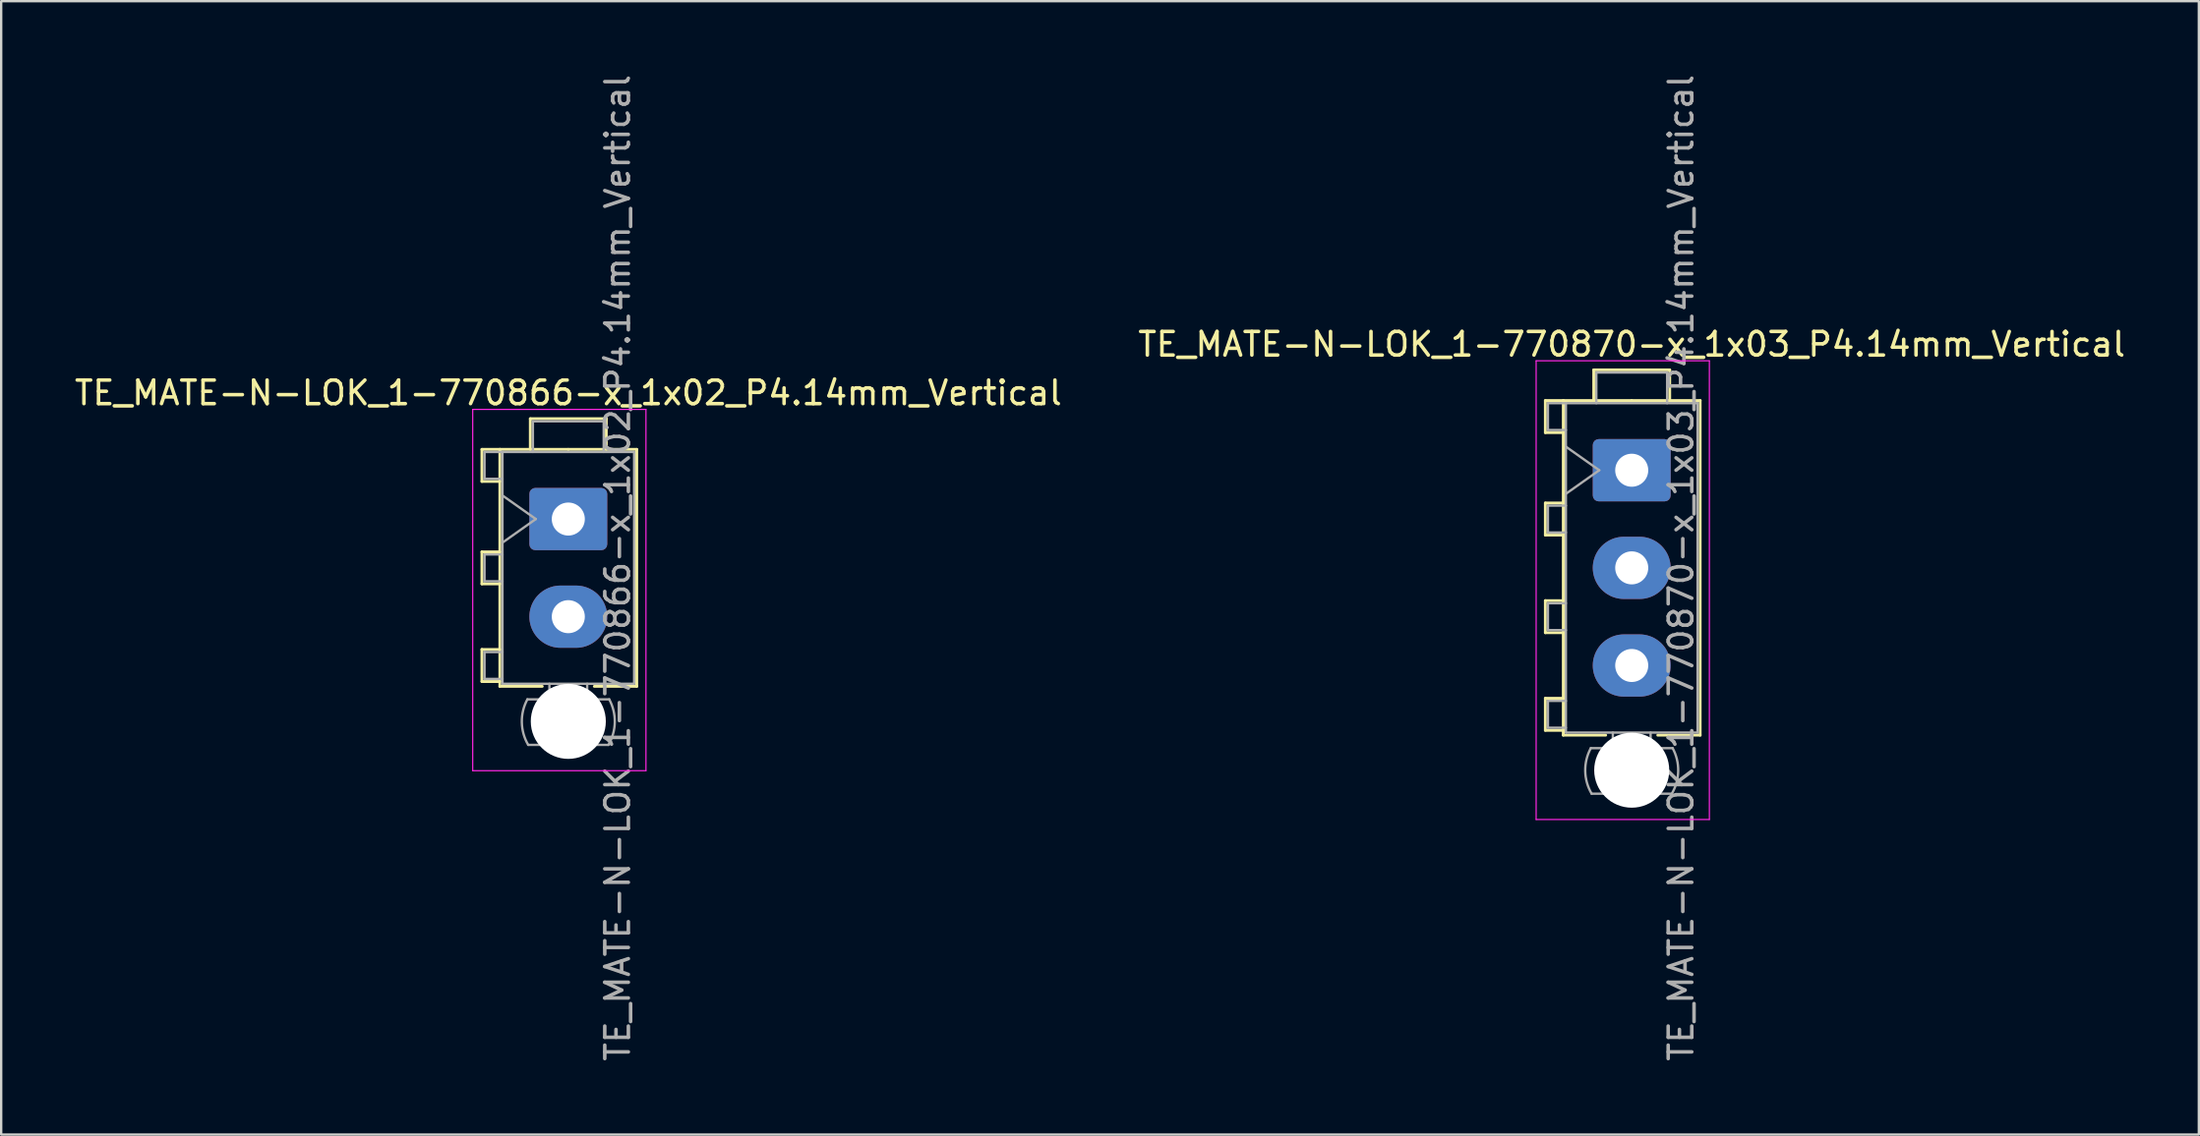
<source format=kicad_pcb>
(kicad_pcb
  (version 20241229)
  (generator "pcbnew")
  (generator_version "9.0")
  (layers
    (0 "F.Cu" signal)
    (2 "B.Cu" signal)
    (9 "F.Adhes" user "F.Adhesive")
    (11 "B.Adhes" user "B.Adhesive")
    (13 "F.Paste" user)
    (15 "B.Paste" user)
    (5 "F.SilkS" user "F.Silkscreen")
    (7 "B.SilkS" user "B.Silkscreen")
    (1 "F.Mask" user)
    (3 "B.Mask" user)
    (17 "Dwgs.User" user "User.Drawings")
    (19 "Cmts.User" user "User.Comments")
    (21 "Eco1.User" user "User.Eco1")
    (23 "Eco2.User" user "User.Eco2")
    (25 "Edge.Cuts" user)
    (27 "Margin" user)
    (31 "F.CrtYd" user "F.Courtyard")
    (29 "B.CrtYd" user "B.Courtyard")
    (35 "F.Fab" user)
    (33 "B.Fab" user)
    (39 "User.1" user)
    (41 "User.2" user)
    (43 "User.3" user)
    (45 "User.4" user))
  (footprint "TE_MATE-N-LOK_1-770870-x_1x03_P4.14mm_Vertical"
    (layer "F.Cu")
    (at 66.089 16.89)
    (property "Reference" "TE_MATE-N-LOK_1-770870-x_1x03_P4.14mm_Vertical" (at 0 -5.34 0) (layer "F.SilkS") (effects (font (size 1 1) (thickness 0.15))))
    (attr through_hole)
    (fp_line (start -3.66 -2.955) (end -3.66 -1.595) (stroke (width 0.12) (type solid)) (layer "F.SilkS"))
    (fp_line (start -3.66 -1.595) (end -2.9 -1.595) (stroke (width 0.12) (type solid)) (layer "F.SilkS"))
    (fp_line (start -3.66 1.39) (end -3.66 2.75) (stroke (width 0.12) (type solid)) (layer "F.SilkS"))
    (fp_line (start -3.66 2.75) (end -2.9 2.75) (stroke (width 0.12) (type solid)) (layer "F.SilkS"))
    (fp_line (start -3.66 5.53) (end -3.66 6.89) (stroke (width 0.12) (type solid)) (layer "F.SilkS"))
    (fp_line (start -3.66 6.89) (end -2.9 6.89) (stroke (width 0.12) (type solid)) (layer "F.SilkS"))
    (fp_line (start -3.66 9.67) (end -3.66 11.03) (stroke (width 0.12) (type solid)) (layer "F.SilkS"))
    (fp_line (start -3.66 11.03) (end -2.9 11.03) (stroke (width 0.12) (type solid)) (layer "F.SilkS"))
    (fp_line (start -2.9 -2.955) (end -3.66 -2.955) (stroke (width 0.12) (type solid)) (layer "F.SilkS"))
    (fp_line (start -2.9 -2.955) (end -2.9 11.235) (stroke (width 0.12) (type solid)) (layer "F.SilkS"))
    (fp_line (start -2.9 1.39) (end -3.66 1.39) (stroke (width 0.12) (type solid)) (layer "F.SilkS"))
    (fp_line (start -2.9 5.53) (end -3.66 5.53) (stroke (width 0.12) (type solid)) (layer "F.SilkS"))
    (fp_line (start -2.9 9.67) (end -3.66 9.67) (stroke (width 0.12) (type solid)) (layer "F.SilkS"))
    (fp_line (start -2.9 11.235) (end -1.103 11.235) (stroke (width 0.12) (type solid)) (layer "F.SilkS"))
    (fp_line (start -1.61 -4.255) (end 1.61 -4.255) (stroke (width 0.12) (type solid)) (layer "F.SilkS"))
    (fp_line (start -1.61 -2.955) (end -1.61 -4.255) (stroke (width 0.12) (type solid)) (layer "F.SilkS"))
    (fp_line (start 0 -2.955) (end -2.9 -2.955) (stroke (width 0.12) (type solid)) (layer "F.SilkS"))
    (fp_line (start 0 -2.955) (end 2.9 -2.955) (stroke (width 0.12) (type solid)) (layer "F.SilkS"))
    (fp_line (start 1.61 -4.255) (end 1.61 -2.955) (stroke (width 0.12) (type solid)) (layer "F.SilkS"))
    (fp_line (start 2.9 -2.955) (end 2.9 11.235) (stroke (width 0.12) (type solid)) (layer "F.SilkS"))
    (fp_line (start 2.9 11.235) (end 1.103 11.235) (stroke (width 0.12) (type solid)) (layer "F.SilkS"))
    (fp_line (start -4.05 -4.64) (end -4.05 14.81) (stroke (width 0.05) (type solid)) (layer "F.CrtYd"))
    (fp_line (start -4.05 14.81) (end 3.29 14.81) (stroke (width 0.05) (type solid)) (layer "F.CrtYd"))
    (fp_line (start 3.29 -4.64) (end -4.05 -4.64) (stroke (width 0.05) (type solid)) (layer "F.CrtYd"))
    (fp_line (start 3.29 14.81) (end 3.29 -4.64) (stroke (width 0.05) (type solid)) (layer "F.CrtYd"))
    (fp_line (start -3.55 -2.845) (end -3.55 -1.705) (stroke (width 0.1) (type solid)) (layer "F.Fab"))
    (fp_line (start -3.55 -1.705) (end -2.79 -1.705) (stroke (width 0.1) (type solid)) (layer "F.Fab"))
    (fp_line (start -3.55 1.5) (end -3.55 2.64) (stroke (width 0.1) (type solid)) (layer "F.Fab"))
    (fp_line (start -3.55 2.64) (end -2.79 2.64) (stroke (width 0.1) (type solid)) (layer "F.Fab"))
    (fp_line (start -3.55 5.64) (end -3.55 6.78) (stroke (width 0.1) (type solid)) (layer "F.Fab"))
    (fp_line (start -3.55 6.78) (end -2.79 6.78) (stroke (width 0.1) (type solid)) (layer "F.Fab"))
    (fp_line (start -3.55 9.78) (end -3.55 10.92) (stroke (width 0.1) (type solid)) (layer "F.Fab"))
    (fp_line (start -3.55 10.92) (end -2.79 10.92) (stroke (width 0.1) (type solid)) (layer "F.Fab"))
    (fp_line (start -2.79 -2.845) (end -3.55 -2.845) (stroke (width 0.1) (type solid)) (layer "F.Fab"))
    (fp_line (start -2.79 -2.845) (end -2.79 11.125) (stroke (width 0.1) (type solid)) (layer "F.Fab"))
    (fp_line (start -2.79 -1) (end -1.376 0) (stroke (width 0.1) (type solid)) (layer "F.Fab"))
    (fp_line (start -2.79 1.5) (end -3.55 1.5) (stroke (width 0.1) (type solid)) (layer "F.Fab"))
    (fp_line (start -2.79 5.64) (end -3.55 5.64) (stroke (width 0.1) (type solid)) (layer "F.Fab"))
    (fp_line (start -2.79 9.78) (end -3.55 9.78) (stroke (width 0.1) (type solid)) (layer "F.Fab"))
    (fp_line (start -2.79 11.125) (end 2.79 11.125) (stroke (width 0.1) (type solid)) (layer "F.Fab"))
    (fp_line (start -1.5 -4.145) (end 1.5 -4.145) (stroke (width 0.1) (type solid)) (layer "F.Fab"))
    (fp_line (start -1.5 -2.845) (end -1.5 -4.145) (stroke (width 0.1) (type solid)) (layer "F.Fab"))
    (fp_line (start -1.376 0) (end -2.79 1) (stroke (width 0.1) (type solid)) (layer "F.Fab"))
    (fp_line (start -0.8 11.125) (end -0.8 11.785) (stroke (width 0.1) (type solid)) (layer "F.Fab"))
    (fp_line (start 0.8 11.125) (end 0.8 11.785) (stroke (width 0.1) (type solid)) (layer "F.Fab"))
    (fp_line (start 1.5 -4.145) (end 1.5 -2.845) (stroke (width 0.1) (type solid)) (layer "F.Fab"))
    (fp_line (start 1.7 13.716) (end -1.7 13.716) (stroke (width 0.1) (type solid)) (layer "F.Fab"))
    (fp_line (start 1.734 11.785) (end -1.734 11.785) (stroke (width 0.1) (type solid)) (layer "F.Fab"))
    (fp_line (start 2.79 -2.845) (end -2.79 -2.845) (stroke (width 0.1) (type solid)) (layer "F.Fab"))
    (fp_line (start 2.79 11.125) (end 2.79 -2.845) (stroke (width 0.1) (type solid)) (layer "F.Fab"))
    (fp_arc (start -1.699672 13.716) (mid -1.969689 12.754992) (end -1.733977 11.785) (stroke (width 0.1) (type solid)) (layer "F.Fab"))
    (fp_arc (start 1.733977 11.785) (mid 1.96969 12.754992) (end 1.699672 13.716) (stroke (width 0.1) (type solid)) (layer "F.Fab"))
    (fp_text user "${REFERENCE}" (at 2.09 4.14 90) (layer "F.Fab") (effects (font (size 1 1) (thickness 0.15))))
    (pad "" np_thru_hole circle (at 0 12.72) (size 3.18 3.18) (drill 3.18) (layers "*.Cu" "*.Mask"))
    (pad "1" thru_hole roundrect (at 0 0) (size 3.3 2.64) (drill 1.4) (layers "*.Cu" "*.Mask") (roundrect_rratio 0.095))
    (pad "2" thru_hole oval (at 0 4.14) (size 3.3 2.64) (drill 1.4) (layers "*.Cu" "*.Mask"))
    (pad "3" thru_hole oval (at 0 8.28) (size 3.3 2.64) (drill 1.4) (layers "*.Cu" "*.Mask")))
  (footprint "TE_MATE-N-LOK_1-770866-x_1x02_P4.14mm_Vertical"
    (layer "F.Cu")
    (at 21.03 18.96)
    (property "Reference" "TE_MATE-N-LOK_1-770866-x_1x02_P4.14mm_Vertical" (at 0 -5.35 180) (layer "F.SilkS") (effects (font (size 1 1) (thickness 0.15))))
    (attr through_hole)
    (fp_line (start -3.66 -2.955) (end -3.66 -1.595) (stroke (width 0.12) (type solid)) (layer "F.SilkS"))
    (fp_line (start -3.66 -1.595) (end -2.9 -1.595) (stroke (width 0.12) (type solid)) (layer "F.SilkS"))
    (fp_line (start -3.66 1.39) (end -3.66 2.75) (stroke (width 0.12) (type solid)) (layer "F.SilkS"))
    (fp_line (start -3.66 2.75) (end -2.9 2.75) (stroke (width 0.12) (type solid)) (layer "F.SilkS"))
    (fp_line (start -3.66 5.53) (end -3.66 6.89) (stroke (width 0.12) (type solid)) (layer "F.SilkS"))
    (fp_line (start -3.66 6.89) (end -2.9 6.89) (stroke (width 0.12) (type solid)) (layer "F.SilkS"))
    (fp_line (start -2.9 -2.955) (end -3.66 -2.955) (stroke (width 0.12) (type solid)) (layer "F.SilkS"))
    (fp_line (start -2.9 -2.955) (end -2.9 7.095) (stroke (width 0.12) (type solid)) (layer "F.SilkS"))
    (fp_line (start -2.9 1.39) (end -3.66 1.39) (stroke (width 0.12) (type solid)) (layer "F.SilkS"))
    (fp_line (start -2.9 5.53) (end -3.66 5.53) (stroke (width 0.12) (type solid)) (layer "F.SilkS"))
    (fp_line (start -2.9 7.095) (end -1.103 7.095) (stroke (width 0.12) (type solid)) (layer "F.SilkS"))
    (fp_line (start -1.61 -4.255) (end 1.61 -4.255) (stroke (width 0.12) (type solid)) (layer "F.SilkS"))
    (fp_line (start -1.61 -2.955) (end -1.61 -4.255) (stroke (width 0.12) (type solid)) (layer "F.SilkS"))
    (fp_line (start 0 -2.955) (end -2.9 -2.955) (stroke (width 0.12) (type solid)) (layer "F.SilkS"))
    (fp_line (start 0 -2.955) (end 2.9 -2.955) (stroke (width 0.12) (type solid)) (layer "F.SilkS"))
    (fp_line (start 1.61 -4.255) (end 1.61 -2.955) (stroke (width 0.12) (type solid)) (layer "F.SilkS"))
    (fp_line (start 2.9 -2.955) (end 2.9 7.095) (stroke (width 0.12) (type solid)) (layer "F.SilkS"))
    (fp_line (start 2.9 7.095) (end 1.103 7.095) (stroke (width 0.12) (type solid)) (layer "F.SilkS"))
    (fp_line (start -4.05 -4.65) (end -4.05 10.67) (stroke (width 0.05) (type solid)) (layer "F.CrtYd"))
    (fp_line (start -4.05 10.67) (end 3.29 10.67) (stroke (width 0.05) (type solid)) (layer "F.CrtYd"))
    (fp_line (start 3.29 -4.65) (end -4.05 -4.65) (stroke (width 0.05) (type solid)) (layer "F.CrtYd"))
    (fp_line (start 3.29 10.67) (end 3.29 -4.65) (stroke (width 0.05) (type solid)) (layer "F.CrtYd"))
    (fp_line (start -3.55 -2.845) (end -3.55 -1.705) (stroke (width 0.1) (type solid)) (layer "F.Fab"))
    (fp_line (start -3.55 -1.705) (end -2.79 -1.705) (stroke (width 0.1) (type solid)) (layer "F.Fab"))
    (fp_line (start -3.55 1.5) (end -3.55 2.64) (stroke (width 0.1) (type solid)) (layer "F.Fab"))
    (fp_line (start -3.55 2.64) (end -2.79 2.64) (stroke (width 0.1) (type solid)) (layer "F.Fab"))
    (fp_line (start -3.55 5.64) (end -3.55 6.78) (stroke (width 0.1) (type solid)) (layer "F.Fab"))
    (fp_line (start -3.55 6.78) (end -2.79 6.78) (stroke (width 0.1) (type solid)) (layer "F.Fab"))
    (fp_line (start -2.79 -2.845) (end -3.55 -2.845) (stroke (width 0.1) (type solid)) (layer "F.Fab"))
    (fp_line (start -2.79 -2.845) (end -2.79 6.985) (stroke (width 0.1) (type solid)) (layer "F.Fab"))
    (fp_line (start -2.79 -1) (end -1.376 0) (stroke (width 0.1) (type solid)) (layer "F.Fab"))
    (fp_line (start -2.79 1.5) (end -3.55 1.5) (stroke (width 0.1) (type solid)) (layer "F.Fab"))
    (fp_line (start -2.79 5.64) (end -3.55 5.64) (stroke (width 0.1) (type solid)) (layer "F.Fab"))
    (fp_line (start -2.79 6.985) (end 2.79 6.985) (stroke (width 0.1) (type solid)) (layer "F.Fab"))
    (fp_line (start -1.5 -4.145) (end 1.5 -4.145) (stroke (width 0.1) (type solid)) (layer "F.Fab"))
    (fp_line (start -1.5 -2.845) (end -1.5 -4.145) (stroke (width 0.1) (type solid)) (layer "F.Fab"))
    (fp_line (start -1.376 0) (end -2.79 1) (stroke (width 0.1) (type solid)) (layer "F.Fab"))
    (fp_line (start -0.8 6.985) (end -0.8 7.645) (stroke (width 0.1) (type solid)) (layer "F.Fab"))
    (fp_line (start 0.8 6.985) (end 0.8 7.645) (stroke (width 0.1) (type solid)) (layer "F.Fab"))
    (fp_line (start 1.5 -4.145) (end 1.5 -2.845) (stroke (width 0.1) (type solid)) (layer "F.Fab"))
    (fp_line (start 1.7 9.576) (end -1.7 9.576) (stroke (width 0.1) (type solid)) (layer "F.Fab"))
    (fp_line (start 1.734 7.645) (end -1.734 7.645) (stroke (width 0.1) (type solid)) (layer "F.Fab"))
    (fp_line (start 2.79 -2.845) (end -2.79 -2.845) (stroke (width 0.1) (type solid)) (layer "F.Fab"))
    (fp_line (start 2.79 6.985) (end 2.79 -2.845) (stroke (width 0.1) (type solid)) (layer "F.Fab"))
    (fp_arc (start -1.699672 9.576) (mid -1.969689 8.614992) (end -1.733977 7.645) (stroke (width 0.1) (type solid)) (layer "F.Fab"))
    (fp_arc (start 1.733977 7.645) (mid 1.96969 8.614992) (end 1.699672 9.576) (stroke (width 0.1) (type solid)) (layer "F.Fab"))
    (fp_text user "${REFERENCE}" (at 2.09 2.07 90) (layer "F.Fab") (effects (font (size 1 1) (thickness 0.15))))
    (pad "" np_thru_hole circle (at 0 8.58) (size 3.18 3.18) (drill 3.18) (layers "*.Cu" "*.Mask"))
    (pad "1" thru_hole roundrect (at 0 0) (size 3.3 2.64) (drill 1.4) (layers "*.Cu" "*.Mask") (roundrect_rratio 0.095))
    (pad "2" thru_hole oval (at 0 4.14) (size 3.3 2.64) (drill 1.4) (layers "*.Cu" "*.Mask")))
  (gr_rect
    (start -3 -3)
    (end 90.119 45.06)
    (stroke (width 0.1) (type default))
    (fill no)
    (layer "Edge.Cuts")))
</source>
